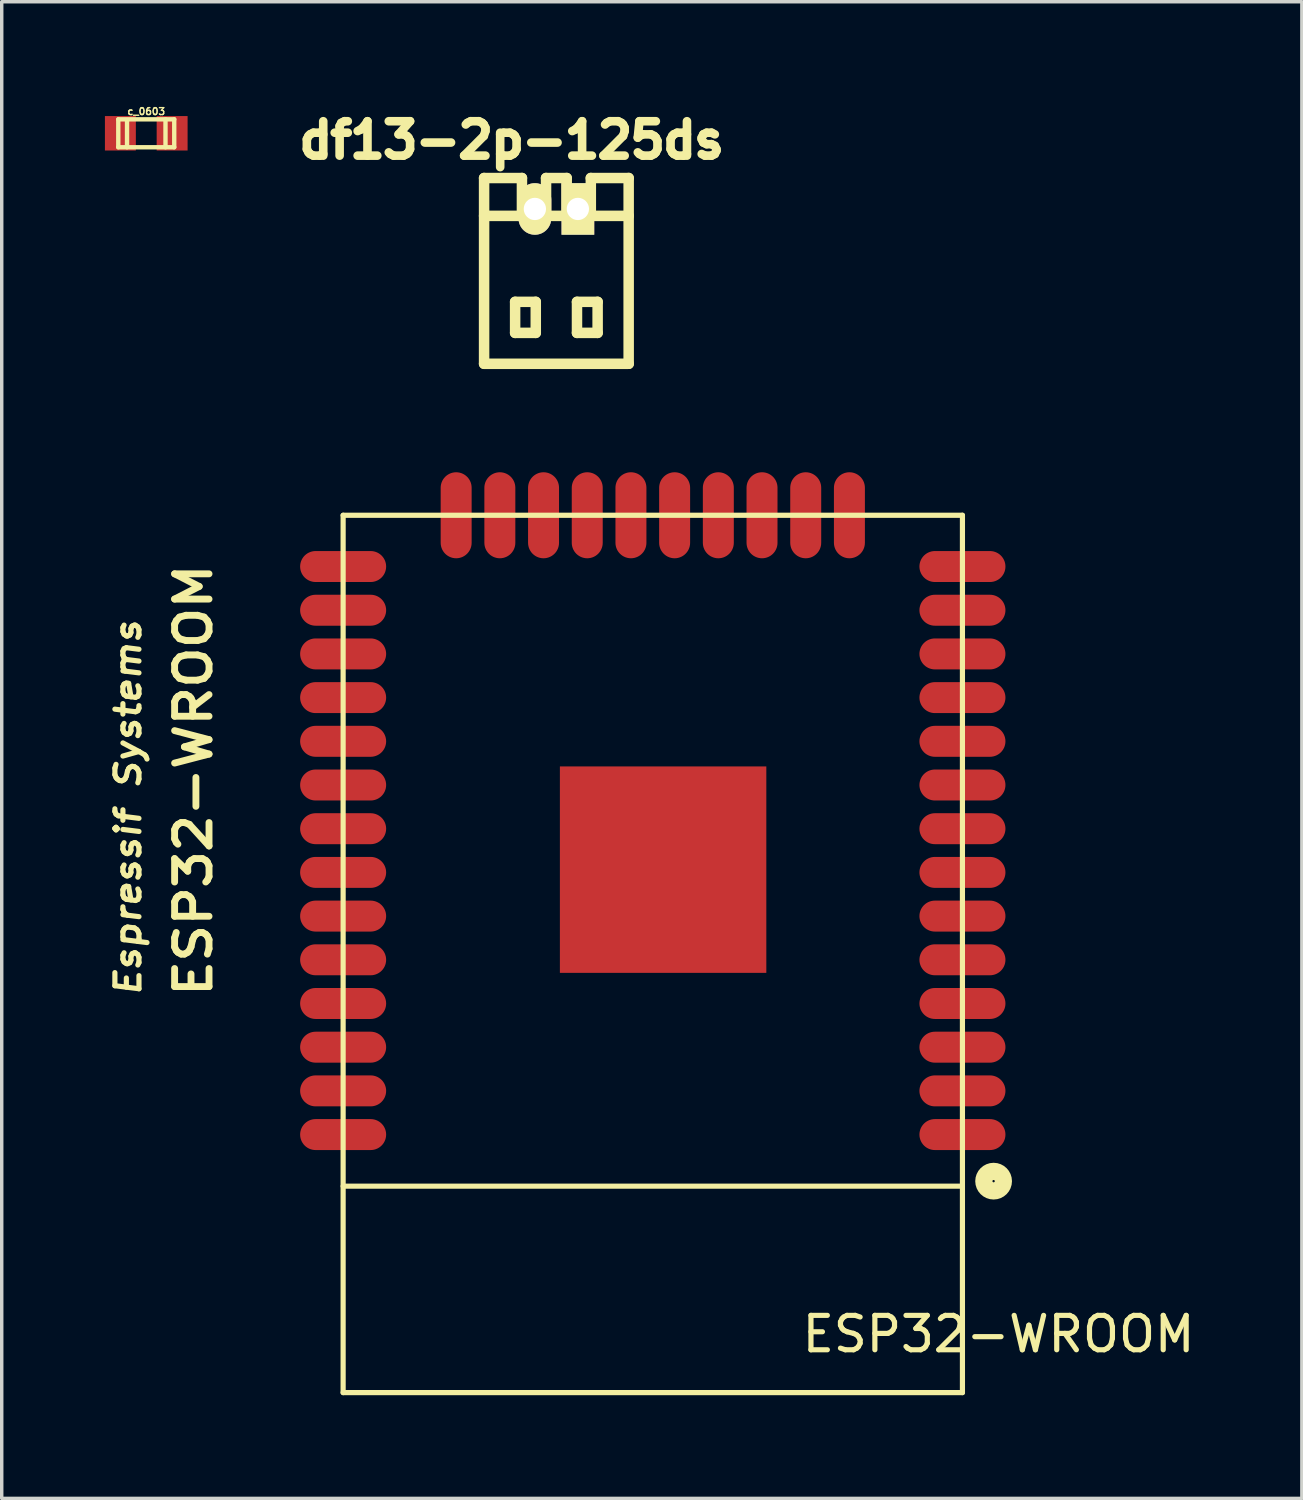
<source format=kicad_pcb>
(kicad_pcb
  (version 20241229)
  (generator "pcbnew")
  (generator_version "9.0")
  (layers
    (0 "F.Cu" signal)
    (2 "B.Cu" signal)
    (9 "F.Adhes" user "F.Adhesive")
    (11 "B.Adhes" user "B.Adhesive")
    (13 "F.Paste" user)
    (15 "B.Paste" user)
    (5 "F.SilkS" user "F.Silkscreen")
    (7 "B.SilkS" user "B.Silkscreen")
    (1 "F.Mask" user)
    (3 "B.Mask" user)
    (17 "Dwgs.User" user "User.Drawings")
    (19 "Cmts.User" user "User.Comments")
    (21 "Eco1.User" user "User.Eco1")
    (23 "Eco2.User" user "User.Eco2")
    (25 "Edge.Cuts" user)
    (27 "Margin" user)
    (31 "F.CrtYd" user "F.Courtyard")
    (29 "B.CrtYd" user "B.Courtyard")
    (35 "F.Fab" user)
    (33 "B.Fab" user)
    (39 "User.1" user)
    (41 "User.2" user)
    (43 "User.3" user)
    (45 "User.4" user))
  (footprint "df13-2p-125ds"
    (layer "F.Cu")
    (at 13.121 4.824)
    (property "Reference" "df13-2p-125ds" (at -1.3 -3.8 0) (layer "F.SilkS") (effects (font (size 1 1) (thickness 0.25))))
    (attr through_hole)
    (fp_line (start -2.101 2.7) (end -2.101 -2.7) (stroke (width 0.305) (type solid)) (layer "F.SilkS"))
    (fp_line (start -1.199 0.899) (end -1.199 1.801) (stroke (width 0.305) (type solid)) (layer "F.SilkS"))
    (fp_line (start -1.199 1.801) (end -0.599 1.801) (stroke (width 0.305) (type solid)) (layer "F.SilkS"))
    (fp_line (start -1.001 -2.7) (end -2.101 -2.7) (stroke (width 0.305) (type solid)) (layer "F.SilkS"))
    (fp_line (start -1.001 -1.6) (end -1.001 -2.7) (stroke (width 0.305) (type solid)) (layer "F.SilkS"))
    (fp_line (start -0.599 0.899) (end -1.199 0.899) (stroke (width 0.305) (type solid)) (layer "F.SilkS"))
    (fp_line (start -0.599 1.801) (end -0.599 0.899) (stroke (width 0.305) (type solid)) (layer "F.SilkS"))
    (fp_line (start -0.3 -1.6) (end -0.3 -2.7) (stroke (width 0.305) (type solid)) (layer "F.SilkS"))
    (fp_line (start 0.3 -2.7) (end -0.3 -2.7) (stroke (width 0.305) (type solid)) (layer "F.SilkS"))
    (fp_line (start 0.3 -1.6) (end 0.3 -2.7) (stroke (width 0.305) (type solid)) (layer "F.SilkS"))
    (fp_line (start 0.599 0.899) (end 1.199 0.899) (stroke (width 0.305) (type solid)) (layer "F.SilkS"))
    (fp_line (start 0.599 1.801) (end 0.599 0.899) (stroke (width 0.305) (type solid)) (layer "F.SilkS"))
    (fp_line (start 1.001 -1.6) (end 1.001 -2.7) (stroke (width 0.305) (type solid)) (layer "F.SilkS"))
    (fp_line (start 1.199 0.899) (end 1.199 1.801) (stroke (width 0.305) (type solid)) (layer "F.SilkS"))
    (fp_line (start 1.199 1.801) (end 0.599 1.801) (stroke (width 0.305) (type solid)) (layer "F.SilkS"))
    (fp_line (start 2.101 -2.7) (end 1.001 -2.7) (stroke (width 0.305) (type solid)) (layer "F.SilkS"))
    (fp_line (start 2.101 -1.6) (end -2.101 -1.6) (stroke (width 0.305) (type solid)) (layer "F.SilkS"))
    (fp_line (start 2.101 2.7) (end -2.101 2.7) (stroke (width 0.305) (type solid)) (layer "F.SilkS"))
    (fp_line (start 2.101 2.7) (end 2.101 -2.7) (stroke (width 0.305) (type solid)) (layer "F.SilkS"))
    (pad "1" thru_hole rect (at 0.625 -1.801) (size 0.95 1.499) (drill 0.648) (layers "*.Cu" "*.Mask" "F.SilkS"))
    (pad "2" thru_hole oval (at -0.625 -1.801) (size 0.95 1.499) (drill 0.648) (layers "*.Cu" "*.Mask" "F.SilkS")))
  (footprint "c_0603"
    (layer "F.Cu")
    (at 1.201 0.824)
    (property "Reference" "c_0603" (at 0 -0.635 0) (layer "F.SilkS") (effects (font (size 0.201 0.201) (thickness 0.041))))
    (attr through_hole)
    (fp_line (start -0.813 -0.406) (end 0.813 -0.406) (stroke (width 0.127) (type solid)) (layer "F.SilkS"))
    (fp_line (start -0.813 0.406) (end -0.813 -0.406) (stroke (width 0.127) (type solid)) (layer "F.SilkS"))
    (fp_line (start -0.559 -0.381) (end -0.559 0.406) (stroke (width 0.127) (type solid)) (layer "F.SilkS"))
    (fp_line (start 0.559 0.406) (end 0.559 -0.406) (stroke (width 0.127) (type solid)) (layer "F.SilkS"))
    (fp_line (start 0.813 -0.406) (end 0.813 0.406) (stroke (width 0.127) (type solid)) (layer "F.SilkS"))
    (fp_line (start 0.813 0.406) (end -0.813 0.406) (stroke (width 0.127) (type solid)) (layer "F.SilkS"))
    (pad "1" smd rect (at 0.752 0) (size 0.899 1.001) (layers "F.Cu" "F.Mask" "F.Paste"))
    (pad "2" smd rect (at -0.752 0) (size 0.899 1.001) (layers "F.Cu" "F.Mask" "F.Paste")))
  (footprint "ESP32-WROOM"
    (layer "F.Cu")
    (at 15.923 24.676)
    (property "Reference" "ESP32-WROOM" (at 10.05 11.05 0) (layer "F.SilkS") (effects (font (size 1 1) (thickness 0.15))))
    (attr through_hole)
    (fp_line (start -9 -12.75) (end 9 -12.75) (stroke (width 0.15) (type solid)) (layer "F.SilkS"))
    (fp_line (start -9 6.75) (end 9 6.75) (stroke (width 0.15) (type solid)) (layer "F.SilkS"))
    (fp_line (start -9 12.75) (end -9 -12.75) (stroke (width 0.15) (type solid)) (layer "F.SilkS"))
    (fp_line (start -9 12.75) (end 9 12.75) (stroke (width 0.15) (type solid)) (layer "F.SilkS"))
    (fp_line (start 9 12.75) (end 9 -12.75) (stroke (width 0.15) (type solid)) (layer "F.SilkS"))
    (fp_circle (center 9.906 6.604) (end 10.033 6.858) (stroke (width 0.5) (type solid)) (fill no) (layer "F.SilkS"))
    (fp_text user "Espressif Systems" (at -15.25 -4.25 270) (layer "F.SilkS") (effects (font (size 0.7 0.8) (thickness 0.15) (italic yes))))
    (fp_text user "ESP32-WROOM" (at -13.35 -5.05 270) (layer "F.SilkS") (effects (font (size 1 1.1) (thickness 0.2))))
    (pad "1" smd oval (at 9 5.25) (size 2.5 0.9) (layers "F.Cu" "F.Mask" "F.Paste"))
    (pad "2" smd oval (at 9 3.98) (size 2.5 0.9) (layers "F.Cu" "F.Mask" "F.Paste"))
    (pad "3" smd oval (at 9 2.71) (size 2.5 0.9) (layers "F.Cu" "F.Mask" "F.Paste"))
    (pad "4" smd oval (at 9 1.44) (size 2.5 0.9) (layers "F.Cu" "F.Mask" "F.Paste"))
    (pad "5" smd oval (at 9 0.17) (size 2.5 0.9) (layers "F.Cu" "F.Mask" "F.Paste"))
    (pad "6" smd oval (at 9 -1.1) (size 2.5 0.9) (layers "F.Cu" "F.Mask" "F.Paste"))
    (pad "7" smd oval (at 9 -2.37) (size 2.5 0.9) (layers "F.Cu" "F.Mask" "F.Paste"))
    (pad "8" smd oval (at 9 -3.64) (size 2.5 0.9) (layers "F.Cu" "F.Mask" "F.Paste"))
    (pad "9" smd oval (at 9 -4.91) (size 2.5 0.9) (layers "F.Cu" "F.Mask" "F.Paste"))
    (pad "10" smd oval (at 9 -6.18) (size 2.5 0.9) (layers "F.Cu" "F.Mask" "F.Paste"))
    (pad "11" smd oval (at 9 -7.45) (size 2.5 0.9) (layers "F.Cu" "F.Mask" "F.Paste"))
    (pad "12" smd oval (at 9 -8.72) (size 2.5 0.9) (layers "F.Cu" "F.Mask" "F.Paste"))
    (pad "13" smd oval (at 9 -9.99) (size 2.5 0.9) (layers "F.Cu" "F.Mask" "F.Paste"))
    (pad "14" smd oval (at 9 -11.26) (size 2.5 0.9) (layers "F.Cu" "F.Mask" "F.Paste"))
    (pad "15" smd oval (at 5.715 -12.75) (size 0.9 2.5) (layers "F.Cu" "F.Mask" "F.Paste"))
    (pad "16" smd oval (at 4.445 -12.75) (size 0.9 2.5) (layers "F.Cu" "F.Mask" "F.Paste"))
    (pad "17" smd oval (at 3.175 -12.75) (size 0.9 2.5) (layers "F.Cu" "F.Mask" "F.Paste"))
    (pad "18" smd oval (at 1.905 -12.75) (size 0.9 2.5) (layers "F.Cu" "F.Mask" "F.Paste"))
    (pad "19" smd oval (at 0.635 -12.75) (size 0.9 2.5) (layers "F.Cu" "F.Mask" "F.Paste"))
    (pad "20" smd oval (at -0.635 -12.75) (size 0.9 2.5) (layers "F.Cu" "F.Mask" "F.Paste"))
    (pad "21" smd oval (at -1.905 -12.75) (size 0.9 2.5) (layers "F.Cu" "F.Mask" "F.Paste"))
    (pad "22" smd oval (at -3.175 -12.75) (size 0.9 2.5) (layers "F.Cu" "F.Mask" "F.Paste"))
    (pad "23" smd oval (at -4.445 -12.75) (size 0.9 2.5) (layers "F.Cu" "F.Mask" "F.Paste"))
    (pad "24" smd oval (at -5.715 -12.75) (size 0.9 2.5) (layers "F.Cu" "F.Mask" "F.Paste"))
    (pad "25" smd oval (at -9 -11.26) (size 2.5 0.9) (layers "F.Cu" "F.Mask" "F.Paste"))
    (pad "26" smd oval (at -9 -9.99) (size 2.5 0.9) (layers "F.Cu" "F.Mask" "F.Paste"))
    (pad "27" smd oval (at -9 -8.72) (size 2.5 0.9) (layers "F.Cu" "F.Mask" "F.Paste"))
    (pad "28" smd oval (at -9 -7.45) (size 2.5 0.9) (layers "F.Cu" "F.Mask" "F.Paste"))
    (pad "29" smd oval (at -9 -6.18) (size 2.5 0.9) (layers "F.Cu" "F.Mask" "F.Paste"))
    (pad "30" smd oval (at -9 -4.91) (size 2.5 0.9) (layers "F.Cu" "F.Mask" "F.Paste"))
    (pad "31" smd oval (at -9 -3.64) (size 2.5 0.9) (layers "F.Cu" "F.Mask" "F.Paste"))
    (pad "32" smd oval (at -9 -2.37) (size 2.5 0.9) (layers "F.Cu" "F.Mask" "F.Paste"))
    (pad "33" smd oval (at -9 -1.1) (size 2.5 0.9) (layers "F.Cu" "F.Mask" "F.Paste"))
    (pad "34" smd oval (at -9 0.17) (size 2.5 0.9) (layers "F.Cu" "F.Mask" "F.Paste"))
    (pad "35" smd oval (at -9 1.44) (size 2.5 0.9) (layers "F.Cu" "F.Mask" "F.Paste"))
    (pad "36" smd oval (at -9 2.71) (size 2.5 0.9) (layers "F.Cu" "F.Mask" "F.Paste"))
    (pad "37" smd oval (at -9 3.98) (size 2.5 0.9) (layers "F.Cu" "F.Mask" "F.Paste"))
    (pad "38" smd oval (at -9 5.25) (size 2.5 0.9) (layers "F.Cu" "F.Mask" "F.Paste"))
    (pad "39" smd rect (at 0.3 -2.45) (size 6 6) (layers "F.Cu" "F.Mask" "F.Paste")))
  (gr_rect
    (start -3 -3)
    (end 34.788 40.501)
    (stroke (width 0.1) (type default))
    (fill no)
    (layer "Edge.Cuts")))
</source>
